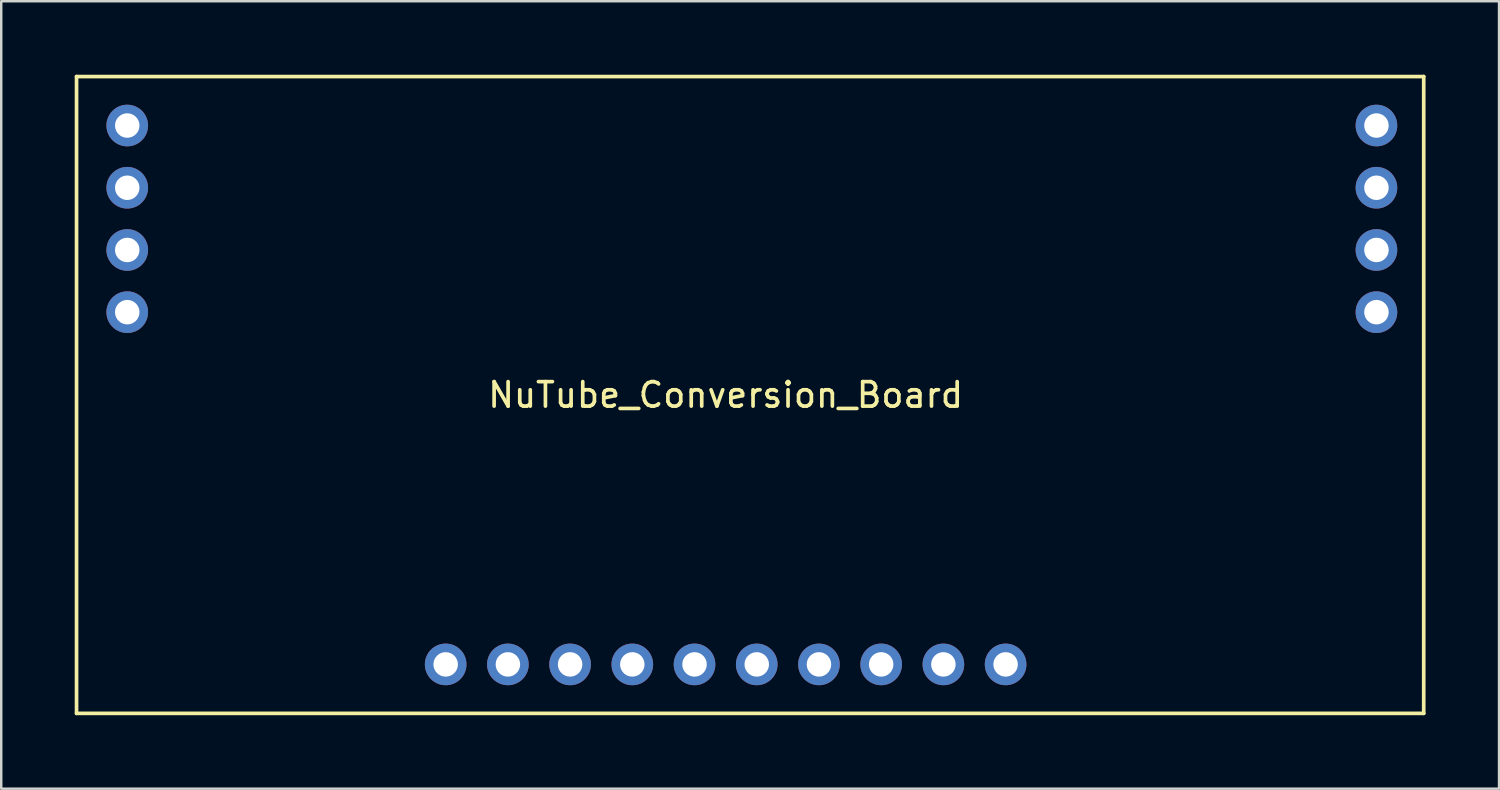
<source format=kicad_pcb>
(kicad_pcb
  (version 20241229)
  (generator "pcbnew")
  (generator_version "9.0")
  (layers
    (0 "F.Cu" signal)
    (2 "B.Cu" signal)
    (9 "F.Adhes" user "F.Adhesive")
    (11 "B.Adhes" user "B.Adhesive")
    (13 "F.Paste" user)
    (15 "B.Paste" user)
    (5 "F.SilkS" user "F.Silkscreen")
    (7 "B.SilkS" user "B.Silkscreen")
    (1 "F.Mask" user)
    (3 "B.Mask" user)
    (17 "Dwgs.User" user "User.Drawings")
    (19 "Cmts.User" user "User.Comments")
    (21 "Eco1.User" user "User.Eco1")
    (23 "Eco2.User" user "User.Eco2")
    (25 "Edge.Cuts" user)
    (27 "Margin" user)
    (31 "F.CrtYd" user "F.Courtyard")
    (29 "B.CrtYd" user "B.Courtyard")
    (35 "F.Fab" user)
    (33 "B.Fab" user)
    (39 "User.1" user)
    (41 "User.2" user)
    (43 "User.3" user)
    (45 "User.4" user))
  (footprint "NuTube_Conversion_Board"
    (layer "F.Cu")
    (at 26.575 13.075)
    (property "Reference" "NuTube_Conversion_Board" (at 0 0 0) (layer "F.SilkS") (effects (font (size 1 1) (thickness 0.15))))
    (attr through_hole)
    (fp_line (start -26.5 -13) (end -26.5 13) (stroke (width 0.15) (type solid)) (layer "F.SilkS"))
    (fp_line (start -26.5 -13) (end 28.5 -13) (stroke (width 0.15) (type solid)) (layer "F.SilkS"))
    (fp_line (start 28.5 -13) (end 28.5 13) (stroke (width 0.15) (type solid)) (layer "F.SilkS"))
    (fp_line (start 28.5 13) (end -26.5 13) (stroke (width 0.15) (type solid)) (layer "F.SilkS"))
    (pad "1" thru_hole circle (at -11.43 11) (size 1.7 1.7) (drill 1) (layers "*.Cu" "*.Mask"))
    (pad "2" thru_hole circle (at -8.89 11) (size 1.7 1.7) (drill 1) (layers "*.Cu" "*.Mask"))
    (pad "3" thru_hole circle (at -6.35 11) (size 1.7 1.7) (drill 1) (layers "*.Cu" "*.Mask"))
    (pad "4" thru_hole circle (at -3.81 11) (size 1.7 1.7) (drill 1) (layers "*.Cu" "*.Mask"))
    (pad "5" thru_hole circle (at -24.43 -11) (size 1.7 1.7) (drill 1) (layers "*.Cu" "*.Mask"))
    (pad "5" thru_hole circle (at -24.43 -8.46) (size 1.7 1.7) (drill 1) (layers "*.Cu" "*.Mask"))
    (pad "5" thru_hole circle (at -24.43 -5.92) (size 1.7 1.7) (drill 1) (layers "*.Cu" "*.Mask"))
    (pad "5" thru_hole circle (at -24.43 -3.38) (size 1.7 1.7) (drill 1) (layers "*.Cu" "*.Mask"))
    (pad "5" thru_hole circle (at -1.27 11) (size 1.7 1.7) (drill 1) (layers "*.Cu" "*.Mask"))
    (pad "5" thru_hole circle (at 26.57 -11) (size 1.7 1.7) (drill 1) (layers "*.Cu" "*.Mask"))
    (pad "5" thru_hole circle (at 26.57 -8.46) (size 1.7 1.7) (drill 1) (layers "*.Cu" "*.Mask"))
    (pad "5" thru_hole circle (at 26.57 -5.92) (size 1.7 1.7) (drill 1) (layers "*.Cu" "*.Mask"))
    (pad "5" thru_hole circle (at 26.57 -3.38) (size 1.7 1.7) (drill 1) (layers "*.Cu" "*.Mask"))
    (pad "6" thru_hole circle (at 1.27 11) (size 1.7 1.7) (drill 1) (layers "*.Cu" "*.Mask"))
    (pad "7" thru_hole circle (at 3.81 11) (size 1.7 1.7) (drill 1) (layers "*.Cu" "*.Mask"))
    (pad "8" thru_hole circle (at 6.35 11) (size 1.7 1.7) (drill 1) (layers "*.Cu" "*.Mask"))
    (pad "9" thru_hole circle (at 8.89 11) (size 1.7 1.7) (drill 1) (layers "*.Cu" "*.Mask"))
    (pad "10" thru_hole circle (at 11.43 11) (size 1.7 1.7) (drill 1) (layers "*.Cu" "*.Mask")))
  (gr_rect
    (start -3 -3)
    (end 58.15 29.15)
    (stroke (width 0.1) (type default))
    (fill no)
    (layer "Edge.Cuts")))
</source>
